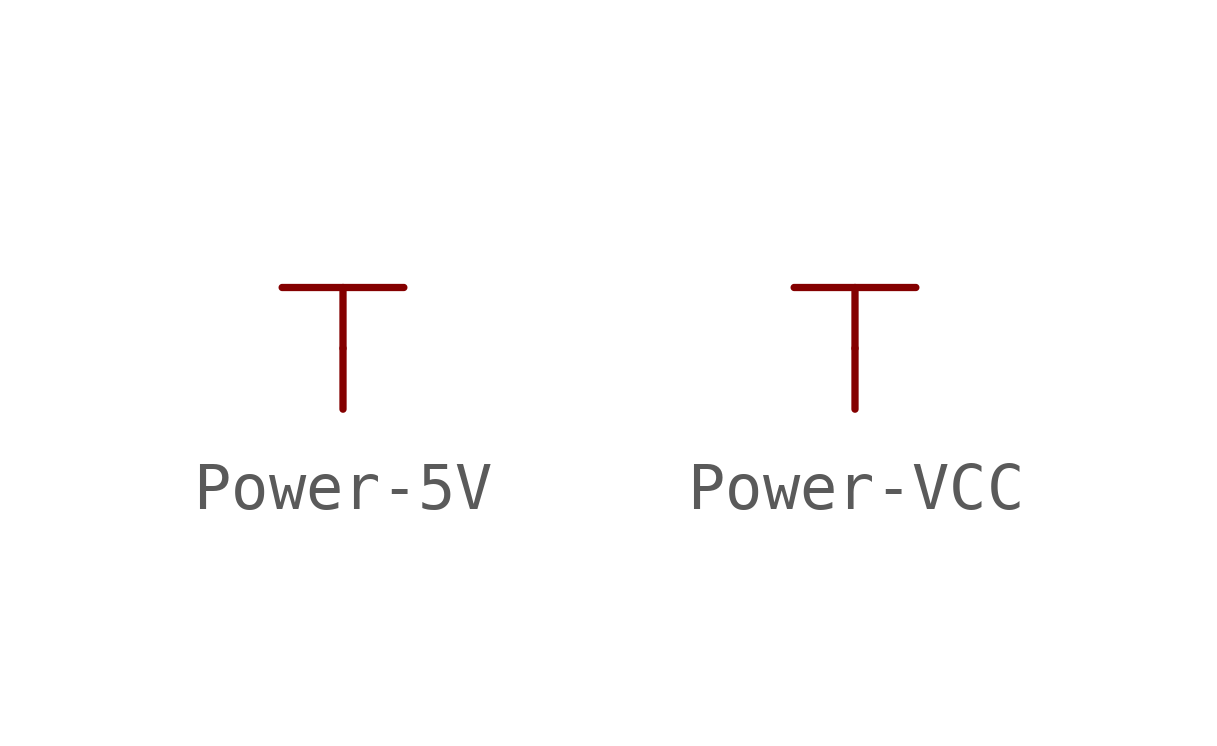
<source format=kicad_sym>
(kicad_symbol_lib
  (version 20231120)
  (generator "kicad_symbol_editor")
  (generator_version "8.0")
  (symbol "Power-5V"
    (power)
    (pin_numbers hide)
    (pin_names hide)
    (property "Reference" "#PWR"
      (at 0 0 0)
      (effects (font (size 1.27 1.27)) (hide yes)))
    (property "Value" ""
      (at 0 3.81 0)
      (effects (font (size 1.27 1.27))))
    (symbol "Power-5V_1_0"
      (polyline (pts (xy -1.27 2.54) (xy 1.27 2.54)) (stroke (width 0) (type default)) (fill (type none)))
      (polyline (pts (xy 0 2.54) (xy 0 1.27)) (stroke (width 0) (type default)) (fill (type none)))
      (pin power_in line (at 0 0 90) (length 1.27) (name "" (effects (font (size 1.27 1.27)))) (number "1" (effects (font (size 0.025 0.025)))))))
  (symbol "Power-VCC"
    (power)
    (pin_numbers hide)
    (pin_names hide)
    (property "Reference" "#PWR"
      (at 0 0 0)
      (effects (font (size 1.27 1.27)) (hide yes)))
    (property "Value" ""
      (at 0 3.81 0)
      (effects (font (size 1.27 1.27))))
    (symbol "Power-VCC_1_0"
      (polyline (pts (xy -1.27 2.54) (xy 1.27 2.54)) (stroke (width 0) (type default)) (fill (type none)))
      (polyline (pts (xy 0 2.54) (xy 0 1.27)) (stroke (width 0) (type default)) (fill (type none)))
      (pin power_in line (at 0 0 90) (length 1.27) (name "" (effects (font (size 1.27 1.27)))) (number "1" (effects (font (size 0.025 0.025))))))))
</source>
